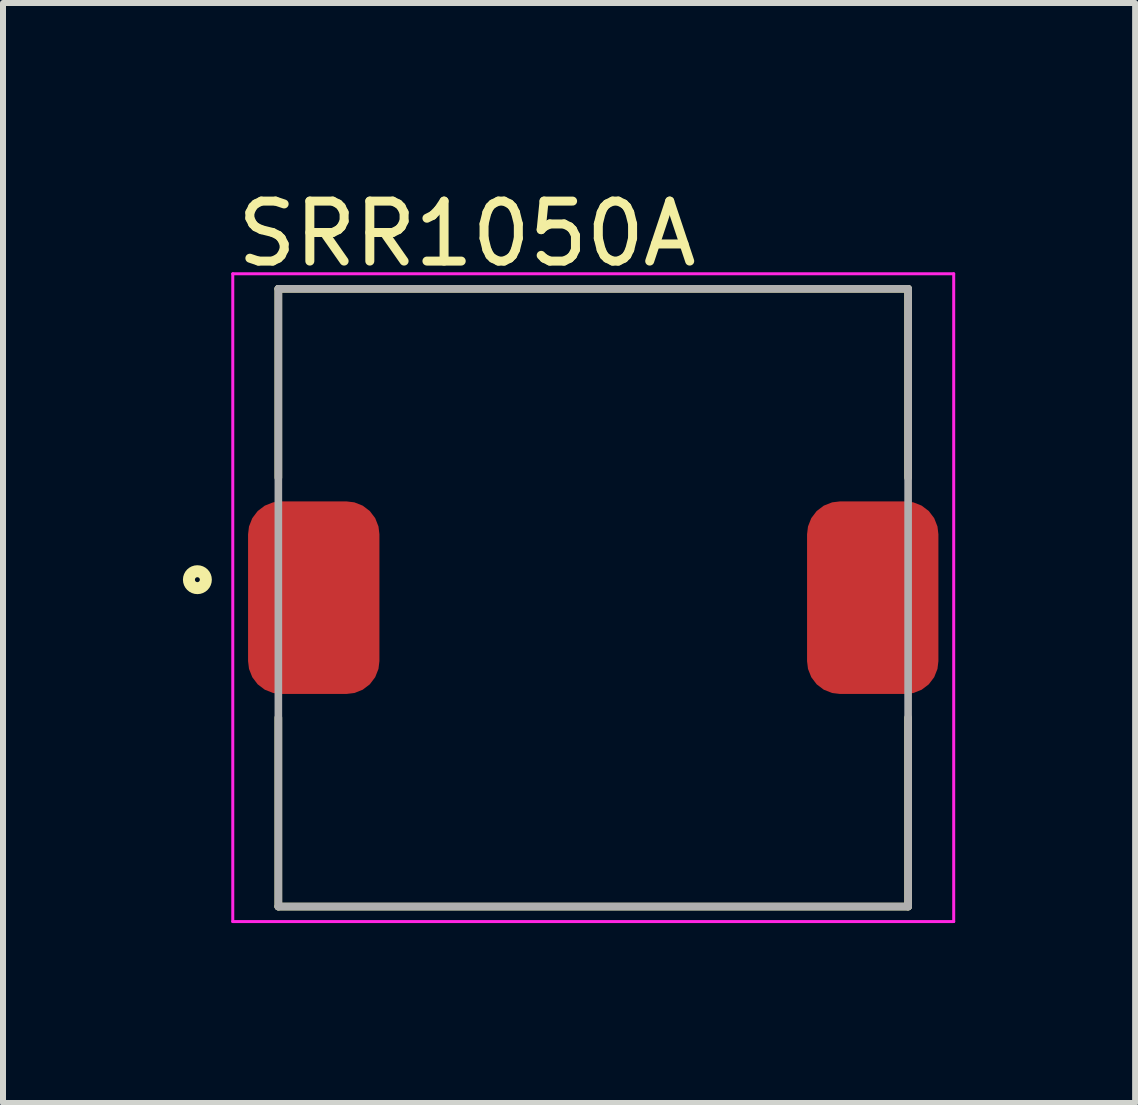
<source format=kicad_pcb>
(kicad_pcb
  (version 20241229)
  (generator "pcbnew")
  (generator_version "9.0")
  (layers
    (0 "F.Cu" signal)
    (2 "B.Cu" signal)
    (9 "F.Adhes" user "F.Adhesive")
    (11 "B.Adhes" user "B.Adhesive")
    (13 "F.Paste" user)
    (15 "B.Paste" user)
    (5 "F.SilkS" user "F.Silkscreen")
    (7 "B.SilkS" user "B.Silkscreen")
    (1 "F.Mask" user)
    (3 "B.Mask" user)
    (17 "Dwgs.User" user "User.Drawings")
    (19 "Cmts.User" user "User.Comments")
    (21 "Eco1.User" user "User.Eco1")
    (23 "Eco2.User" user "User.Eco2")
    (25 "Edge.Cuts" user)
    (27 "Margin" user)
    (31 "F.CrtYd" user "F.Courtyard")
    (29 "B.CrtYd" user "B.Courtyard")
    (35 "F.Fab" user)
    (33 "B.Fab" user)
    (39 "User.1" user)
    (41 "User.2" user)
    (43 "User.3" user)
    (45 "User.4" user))
  (footprint "SRR1050A"
    (layer "F.Cu")
    (at 6.841 6.915)
    (property "Reference" "SRR1050A" (at -2.106 -6.067 0) (layer "F.SilkS") (effects (font (size 1 1) (thickness 0.15))))
    (attr smd)
    (fp_line (start -5.25 -5.15) (end -5.25 -2) (stroke (width 0.127) (type solid)) (layer "F.SilkS"))
    (fp_line (start -5.25 -5.15) (end 5.25 -5.15) (stroke (width 0.127) (type solid)) (layer "F.SilkS"))
    (fp_line (start -5.25 2) (end -5.25 5.15) (stroke (width 0.127) (type solid)) (layer "F.SilkS"))
    (fp_line (start -5.25 5.15) (end 5.25 5.15) (stroke (width 0.127) (type solid)) (layer "F.SilkS"))
    (fp_line (start 5.25 -5.15) (end 5.25 -2) (stroke (width 0.127) (type solid)) (layer "F.SilkS"))
    (fp_line (start 5.25 2) (end 5.25 5.15) (stroke (width 0.127) (type solid)) (layer "F.SilkS"))
    (fp_circle (center -6.6 -0.3) (end -6.459 -0.3) (stroke (width 0.2) (type solid)) (fill no) (layer "F.SilkS"))
    (fp_line (start -6.01 -5.4) (end 6.01 -5.4) (stroke (width 0.05) (type solid)) (layer "F.CrtYd"))
    (fp_line (start -6.01 5.4) (end -6.01 -5.4) (stroke (width 0.05) (type solid)) (layer "F.CrtYd"))
    (fp_line (start 6.01 -5.4) (end 6.01 5.4) (stroke (width 0.05) (type solid)) (layer "F.CrtYd"))
    (fp_line (start 6.01 5.4) (end -6.01 5.4) (stroke (width 0.05) (type solid)) (layer "F.CrtYd"))
    (fp_line (start -5.25 -5.15) (end 5.25 -5.15) (stroke (width 0.127) (type solid)) (layer "F.Fab"))
    (fp_line (start -5.25 5.15) (end -5.25 -5.15) (stroke (width 0.127) (type solid)) (layer "F.Fab"))
    (fp_line (start 5.25 -5.15) (end 5.25 5.15) (stroke (width 0.127) (type solid)) (layer "F.Fab"))
    (fp_line (start 5.25 5.15) (end -5.25 5.15) (stroke (width 0.127) (type solid)) (layer "F.Fab"))
    (pad "1" smd roundrect (at -4.66 0) (size 2.19 3.21) (layers "F.Cu" "F.Mask" "F.Paste") (roundrect_rratio 0.25))
    (pad "2" smd roundrect (at 4.66 0) (size 2.19 3.21) (layers "F.Cu" "F.Mask" "F.Paste") (roundrect_rratio 0.25)))
  (gr_rect
    (start -3 -3)
    (end 15.876 15.34)
    (stroke (width 0.1) (type default))
    (fill no)
    (layer "Edge.Cuts")))
</source>
